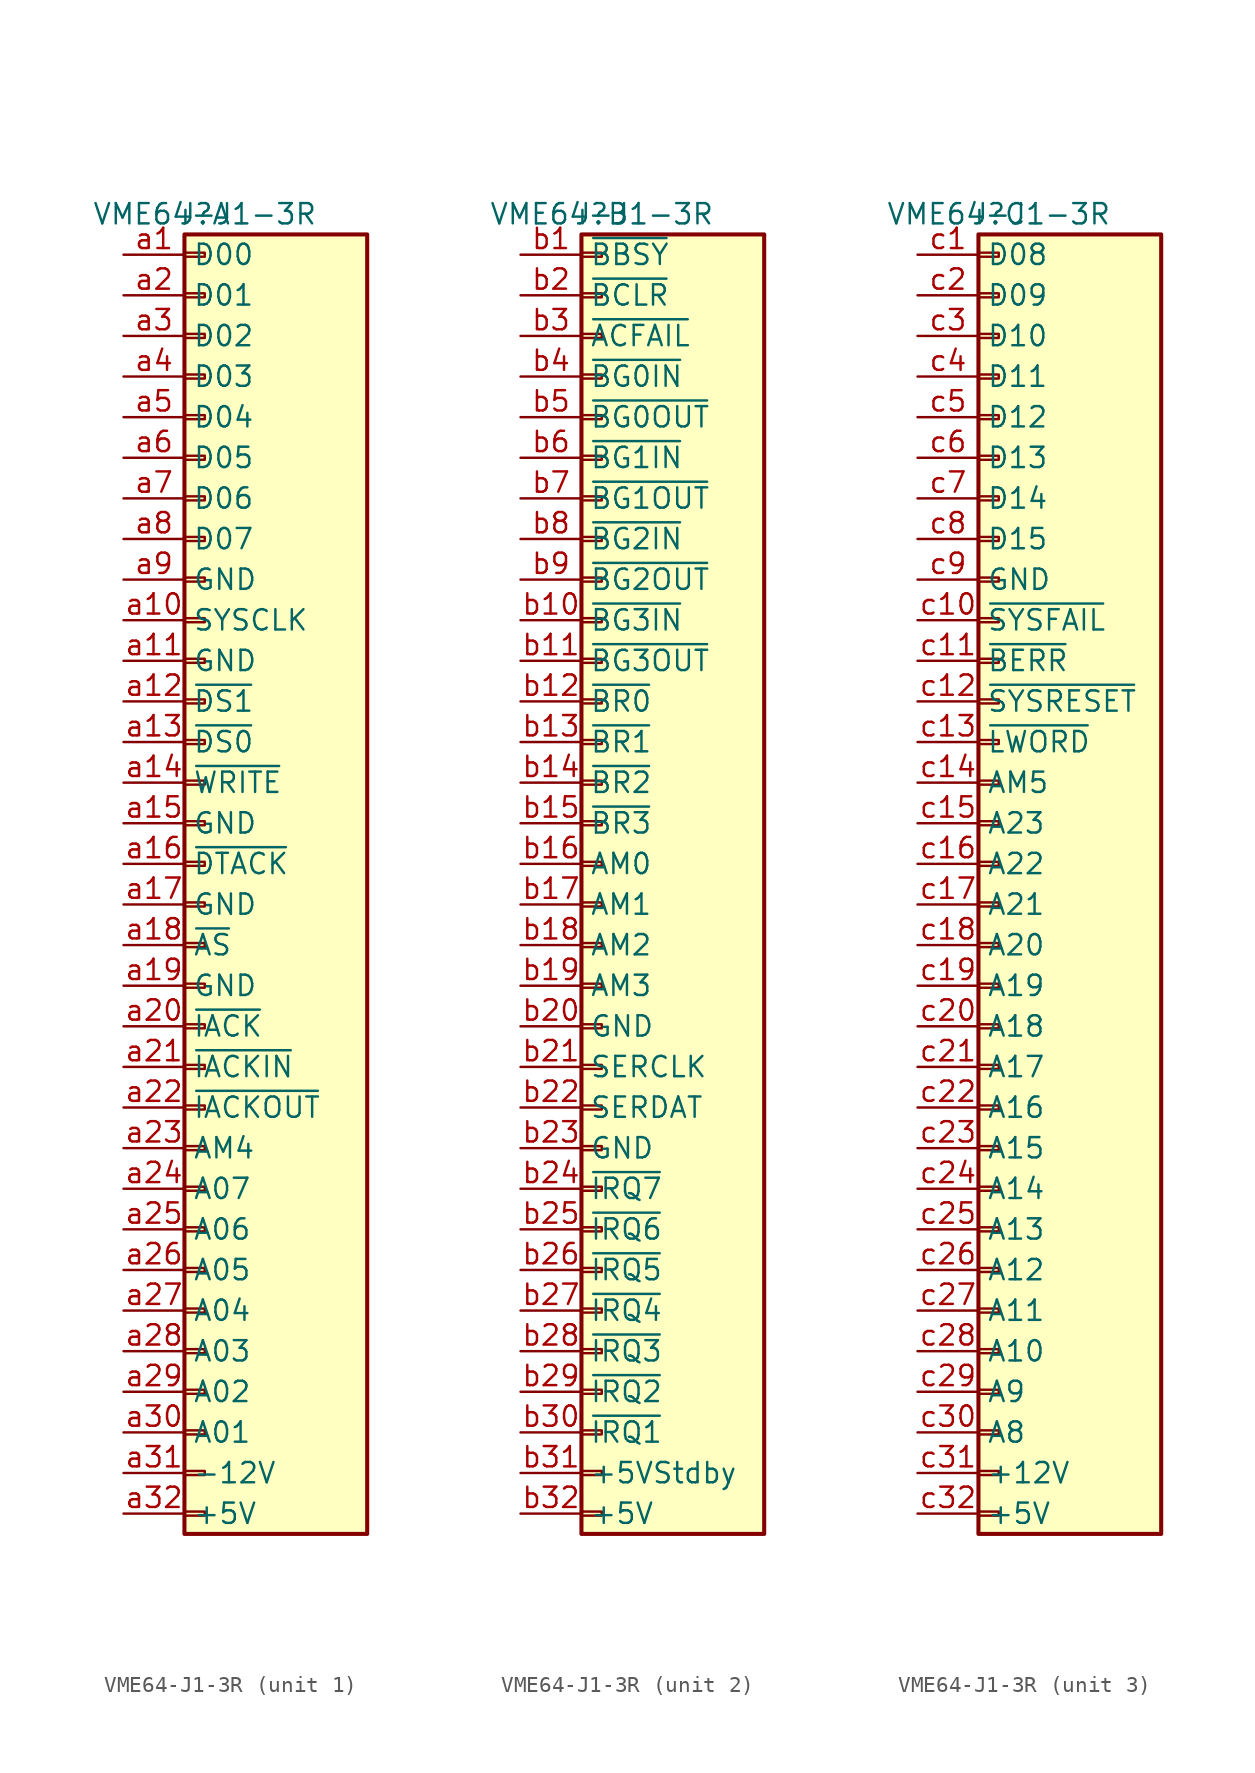
<source format=kicad_sym>
(kicad_symbol_lib
  (version 20231120)
  (generator "kicad_symbol_editor")
  (generator_version "8.0")
  (symbol "VME64-J1-3R"
    (property "Reference" "J"
      (at 0 40.64 0)
      (effects (font (size 1.27 1.27))))
    (property "Value" "VME64-J1-3R"
      (at 0 40.64 0)
      (effects (font (size 1.27 1.27))))
    (property "ki_locked" ""
      (at 0 0 0)
      (effects (font (size 1.27 1.27))))
    (symbol "VME64-J1-3R_1_1"
      (rectangle (start -1.27 -40.513) (end 0 -40.767) (stroke (width 0.152) (type default)) (fill (type none)))
      (rectangle (start -1.27 -37.973) (end 0 -38.227) (stroke (width 0.152) (type default)) (fill (type none)))
      (rectangle (start -1.27 -35.433) (end 0 -35.687) (stroke (width 0.152) (type default)) (fill (type none)))
      (rectangle (start -1.27 -32.893) (end 0 -33.147) (stroke (width 0.152) (type default)) (fill (type none)))
      (rectangle (start -1.27 -30.353) (end 0 -30.607) (stroke (width 0.152) (type default)) (fill (type none)))
      (rectangle (start -1.27 -27.813) (end 0 -28.067) (stroke (width 0.152) (type default)) (fill (type none)))
      (rectangle (start -1.27 -25.273) (end 0 -25.527) (stroke (width 0.152) (type default)) (fill (type none)))
      (rectangle (start -1.27 -22.733) (end 0 -22.987) (stroke (width 0.152) (type default)) (fill (type none)))
      (rectangle (start -1.27 -20.193) (end 0 -20.447) (stroke (width 0.152) (type default)) (fill (type none)))
      (rectangle (start -1.27 -17.653) (end 0 -17.907) (stroke (width 0.152) (type default)) (fill (type none)))
      (rectangle (start -1.27 -15.113) (end 0 -15.367) (stroke (width 0.152) (type default)) (fill (type none)))
      (rectangle (start -1.27 -12.573) (end 0 -12.827) (stroke (width 0.152) (type default)) (fill (type none)))
      (rectangle (start -1.27 -10.033) (end 0 -10.287) (stroke (width 0.152) (type default)) (fill (type none)))
      (rectangle (start -1.27 -7.493) (end 0 -7.747) (stroke (width 0.152) (type default)) (fill (type none)))
      (rectangle (start -1.27 -4.953) (end 0 -5.207) (stroke (width 0.152) (type default)) (fill (type none)))
      (rectangle (start -1.27 -2.413) (end 0 -2.667) (stroke (width 0.152) (type default)) (fill (type none)))
      (rectangle (start -1.27 0.127) (end 0 -0.127) (stroke (width 0.152) (type default)) (fill (type none)))
      (rectangle (start -1.27 2.667) (end 0 2.413) (stroke (width 0.152) (type default)) (fill (type none)))
      (rectangle (start -1.27 5.207) (end 0 4.953) (stroke (width 0.152) (type default)) (fill (type none)))
      (rectangle (start -1.27 7.747) (end 0 7.493) (stroke (width 0.152) (type default)) (fill (type none)))
      (rectangle (start -1.27 10.287) (end 0 10.033) (stroke (width 0.152) (type default)) (fill (type none)))
      (rectangle (start -1.27 12.827) (end 0 12.573) (stroke (width 0.152) (type default)) (fill (type none)))
      (rectangle (start -1.27 15.367) (end 0 15.113) (stroke (width 0.152) (type default)) (fill (type none)))
      (rectangle (start -1.27 17.907) (end 0 17.653) (stroke (width 0.152) (type default)) (fill (type none)))
      (rectangle (start -1.27 20.447) (end 0 20.193) (stroke (width 0.152) (type default)) (fill (type none)))
      (rectangle (start -1.27 22.987) (end 0 22.733) (stroke (width 0.152) (type default)) (fill (type none)))
      (rectangle (start -1.27 25.527) (end 0 25.273) (stroke (width 0.152) (type default)) (fill (type none)))
      (rectangle (start -1.27 28.067) (end 0 27.813) (stroke (width 0.152) (type default)) (fill (type none)))
      (rectangle (start -1.27 30.607) (end 0 30.353) (stroke (width 0.152) (type default)) (fill (type none)))
      (rectangle (start -1.27 33.147) (end 0 32.893) (stroke (width 0.152) (type default)) (fill (type none)))
      (rectangle (start -1.27 35.687) (end 0 35.433) (stroke (width 0.152) (type default)) (fill (type none)))
      (rectangle (start -1.27 38.227) (end 0 37.973) (stroke (width 0.152) (type default)) (fill (type none)))
      (rectangle (start -1.27 39.37) (end 10.16 -41.91) (stroke (width 0.254) (type default)) (fill (type background)))
      (pin bidirectional line (at -5.08 38.1 0) (length 3.81) (name "D00" (effects (font (size 1.27 1.27)))) (number "a1" (effects (font (size 1.27 1.27)))))
      (pin input line (at -5.08 15.24 0) (length 3.81) (name "SYSCLK" (effects (font (size 1.27 1.27)))) (number "a10" (effects (font (size 1.27 1.27)))))
      (pin power_in line (at -5.08 12.7 0) (length 3.81) (name "GND" (effects (font (size 1.27 1.27)))) (number "a11" (effects (font (size 1.27 1.27)))))
      (pin bidirectional line (at -5.08 10.16 0) (length 3.81) (name "~{DS1}" (effects (font (size 1.27 1.27)))) (number "a12" (effects (font (size 1.27 1.27)))))
      (pin bidirectional line (at -5.08 7.62 0) (length 3.81) (name "~{DS0}" (effects (font (size 1.27 1.27)))) (number "a13" (effects (font (size 1.27 1.27)))))
      (pin bidirectional line (at -5.08 5.08 0) (length 3.81) (name "~{WRITE}" (effects (font (size 1.27 1.27)))) (number "a14" (effects (font (size 1.27 1.27)))))
      (pin power_in line (at -5.08 2.54 0) (length 3.81) (name "GND" (effects (font (size 1.27 1.27)))) (number "a15" (effects (font (size 1.27 1.27)))))
      (pin bidirectional line (at -5.08 0 0) (length 3.81) (name "~{DTACK}" (effects (font (size 1.27 1.27)))) (number "a16" (effects (font (size 1.27 1.27)))))
      (pin power_in line (at -5.08 -2.54 0) (length 3.81) (name "GND" (effects (font (size 1.27 1.27)))) (number "a17" (effects (font (size 1.27 1.27)))))
      (pin bidirectional line (at -5.08 -5.08 0) (length 3.81) (name "~{AS}" (effects (font (size 1.27 1.27)))) (number "a18" (effects (font (size 1.27 1.27)))))
      (pin power_in line (at -5.08 -7.62 0) (length 3.81) (name "GND" (effects (font (size 1.27 1.27)))) (number "a19" (effects (font (size 1.27 1.27)))))
      (pin bidirectional line (at -5.08 35.56 0) (length 3.81) (name "D01" (effects (font (size 1.27 1.27)))) (number "a2" (effects (font (size 1.27 1.27)))))
      (pin bidirectional line (at -5.08 -10.16 0) (length 3.81) (name "~{IACK}" (effects (font (size 1.27 1.27)))) (number "a20" (effects (font (size 1.27 1.27)))))
      (pin output line (at -5.08 -12.7 0) (length 3.81) (name "~{IACKIN}" (effects (font (size 1.27 1.27)))) (number "a21" (effects (font (size 1.27 1.27)))))
      (pin input line (at -5.08 -15.24 0) (length 3.81) (name "~{IACKOUT}" (effects (font (size 1.27 1.27)))) (number "a22" (effects (font (size 1.27 1.27)))))
      (pin bidirectional line (at -5.08 -17.78 0) (length 3.81) (name "AM4" (effects (font (size 1.27 1.27)))) (number "a23" (effects (font (size 1.27 1.27)))))
      (pin bidirectional line (at -5.08 -20.32 0) (length 3.81) (name "A07" (effects (font (size 1.27 1.27)))) (number "a24" (effects (font (size 1.27 1.27)))))
      (pin bidirectional line (at -5.08 -22.86 0) (length 3.81) (name "A06" (effects (font (size 1.27 1.27)))) (number "a25" (effects (font (size 1.27 1.27)))))
      (pin bidirectional line (at -5.08 -25.4 0) (length 3.81) (name "A05" (effects (font (size 1.27 1.27)))) (number "a26" (effects (font (size 1.27 1.27)))))
      (pin bidirectional line (at -5.08 -27.94 0) (length 3.81) (name "A04" (effects (font (size 1.27 1.27)))) (number "a27" (effects (font (size 1.27 1.27)))))
      (pin bidirectional line (at -5.08 -30.48 0) (length 3.81) (name "A03" (effects (font (size 1.27 1.27)))) (number "a28" (effects (font (size 1.27 1.27)))))
      (pin bidirectional line (at -5.08 -33.02 0) (length 3.81) (name "A02" (effects (font (size 1.27 1.27)))) (number "a29" (effects (font (size 1.27 1.27)))))
      (pin bidirectional line (at -5.08 33.02 0) (length 3.81) (name "D02" (effects (font (size 1.27 1.27)))) (number "a3" (effects (font (size 1.27 1.27)))))
      (pin bidirectional line (at -5.08 -35.56 0) (length 3.81) (name "A01" (effects (font (size 1.27 1.27)))) (number "a30" (effects (font (size 1.27 1.27)))))
      (pin power_in line (at -5.08 -38.1 0) (length 3.81) (name "-12V" (effects (font (size 1.27 1.27)))) (number "a31" (effects (font (size 1.27 1.27)))))
      (pin power_in line (at -5.08 -40.64 0) (length 3.81) (name "+5V" (effects (font (size 1.27 1.27)))) (number "a32" (effects (font (size 1.27 1.27)))))
      (pin bidirectional line (at -5.08 30.48 0) (length 3.81) (name "D03" (effects (font (size 1.27 1.27)))) (number "a4" (effects (font (size 1.27 1.27)))))
      (pin bidirectional line (at -5.08 27.94 0) (length 3.81) (name "D04" (effects (font (size 1.27 1.27)))) (number "a5" (effects (font (size 1.27 1.27)))))
      (pin bidirectional line (at -5.08 25.4 0) (length 3.81) (name "D05" (effects (font (size 1.27 1.27)))) (number "a6" (effects (font (size 1.27 1.27)))))
      (pin bidirectional line (at -5.08 22.86 0) (length 3.81) (name "D06" (effects (font (size 1.27 1.27)))) (number "a7" (effects (font (size 1.27 1.27)))))
      (pin bidirectional line (at -5.08 20.32 0) (length 3.81) (name "D07" (effects (font (size 1.27 1.27)))) (number "a8" (effects (font (size 1.27 1.27)))))
      (pin power_in line (at -5.08 17.78 0) (length 3.81) (name "GND" (effects (font (size 1.27 1.27)))) (number "a9" (effects (font (size 1.27 1.27))))))
    (symbol "VME64-J1-3R_2_1"
      (rectangle (start -1.27 -40.513) (end 0 -40.767) (stroke (width 0.152) (type default)) (fill (type none)))
      (rectangle (start -1.27 -37.973) (end 0 -38.227) (stroke (width 0.152) (type default)) (fill (type none)))
      (rectangle (start -1.27 -35.433) (end 0 -35.687) (stroke (width 0.152) (type default)) (fill (type none)))
      (rectangle (start -1.27 -32.893) (end 0 -33.147) (stroke (width 0.152) (type default)) (fill (type none)))
      (rectangle (start -1.27 -30.353) (end 0 -30.607) (stroke (width 0.152) (type default)) (fill (type none)))
      (rectangle (start -1.27 -27.813) (end 0 -28.067) (stroke (width 0.152) (type default)) (fill (type none)))
      (rectangle (start -1.27 -25.273) (end 0 -25.527) (stroke (width 0.152) (type default)) (fill (type none)))
      (rectangle (start -1.27 -22.733) (end 0 -22.987) (stroke (width 0.152) (type default)) (fill (type none)))
      (rectangle (start -1.27 -20.193) (end 0 -20.447) (stroke (width 0.152) (type default)) (fill (type none)))
      (rectangle (start -1.27 -17.653) (end 0 -17.907) (stroke (width 0.152) (type default)) (fill (type none)))
      (rectangle (start -1.27 -15.113) (end 0 -15.367) (stroke (width 0.152) (type default)) (fill (type none)))
      (rectangle (start -1.27 -12.573) (end 0 -12.827) (stroke (width 0.152) (type default)) (fill (type none)))
      (rectangle (start -1.27 -10.033) (end 0 -10.287) (stroke (width 0.152) (type default)) (fill (type none)))
      (rectangle (start -1.27 -7.493) (end 0 -7.747) (stroke (width 0.152) (type default)) (fill (type none)))
      (rectangle (start -1.27 -4.953) (end 0 -5.207) (stroke (width 0.152) (type default)) (fill (type none)))
      (rectangle (start -1.27 -2.413) (end 0 -2.667) (stroke (width 0.152) (type default)) (fill (type none)))
      (rectangle (start -1.27 0.127) (end 0 -0.127) (stroke (width 0.152) (type default)) (fill (type none)))
      (rectangle (start -1.27 2.667) (end 0 2.413) (stroke (width 0.152) (type default)) (fill (type none)))
      (rectangle (start -1.27 5.207) (end 0 4.953) (stroke (width 0.152) (type default)) (fill (type none)))
      (rectangle (start -1.27 7.747) (end 0 7.493) (stroke (width 0.152) (type default)) (fill (type none)))
      (rectangle (start -1.27 10.287) (end 0 10.033) (stroke (width 0.152) (type default)) (fill (type none)))
      (rectangle (start -1.27 12.827) (end 0 12.573) (stroke (width 0.152) (type default)) (fill (type none)))
      (rectangle (start -1.27 15.367) (end 0 15.113) (stroke (width 0.152) (type default)) (fill (type none)))
      (rectangle (start -1.27 17.907) (end 0 17.653) (stroke (width 0.152) (type default)) (fill (type none)))
      (rectangle (start -1.27 20.447) (end 0 20.193) (stroke (width 0.152) (type default)) (fill (type none)))
      (rectangle (start -1.27 22.987) (end 0 22.733) (stroke (width 0.152) (type default)) (fill (type none)))
      (rectangle (start -1.27 25.527) (end 0 25.273) (stroke (width 0.152) (type default)) (fill (type none)))
      (rectangle (start -1.27 28.067) (end 0 27.813) (stroke (width 0.152) (type default)) (fill (type none)))
      (rectangle (start -1.27 30.607) (end 0 30.353) (stroke (width 0.152) (type default)) (fill (type none)))
      (rectangle (start -1.27 33.147) (end 0 32.893) (stroke (width 0.152) (type default)) (fill (type none)))
      (rectangle (start -1.27 35.687) (end 0 35.433) (stroke (width 0.152) (type default)) (fill (type none)))
      (rectangle (start -1.27 38.227) (end 0 37.973) (stroke (width 0.152) (type default)) (fill (type none)))
      (rectangle (start -1.27 39.37) (end 10.16 -41.91) (stroke (width 0.254) (type default)) (fill (type background)))
      (pin bidirectional line (at -5.08 38.1 0) (length 3.81) (name "~{BBSY}" (effects (font (size 1.27 1.27)))) (number "b1" (effects (font (size 1.27 1.27)))))
      (pin output line (at -5.08 15.24 0) (length 3.81) (name "~{BG3IN}" (effects (font (size 1.27 1.27)))) (number "b10" (effects (font (size 1.27 1.27)))))
      (pin input line (at -5.08 12.7 0) (length 3.81) (name "~{BG3OUT}" (effects (font (size 1.27 1.27)))) (number "b11" (effects (font (size 1.27 1.27)))))
      (pin bidirectional line (at -5.08 10.16 0) (length 3.81) (name "~{BR0}" (effects (font (size 1.27 1.27)))) (number "b12" (effects (font (size 1.27 1.27)))))
      (pin bidirectional line (at -5.08 7.62 0) (length 3.81) (name "~{BR1}" (effects (font (size 1.27 1.27)))) (number "b13" (effects (font (size 1.27 1.27)))))
      (pin bidirectional line (at -5.08 5.08 0) (length 3.81) (name "~{BR2}" (effects (font (size 1.27 1.27)))) (number "b14" (effects (font (size 1.27 1.27)))))
      (pin bidirectional line (at -5.08 2.54 0) (length 3.81) (name "~{BR3}" (effects (font (size 1.27 1.27)))) (number "b15" (effects (font (size 1.27 1.27)))))
      (pin bidirectional line (at -5.08 0 0) (length 3.81) (name "AM0" (effects (font (size 1.27 1.27)))) (number "b16" (effects (font (size 1.27 1.27)))))
      (pin bidirectional line (at -5.08 -2.54 0) (length 3.81) (name "AM1" (effects (font (size 1.27 1.27)))) (number "b17" (effects (font (size 1.27 1.27)))))
      (pin bidirectional line (at -5.08 -5.08 0) (length 3.81) (name "AM2" (effects (font (size 1.27 1.27)))) (number "b18" (effects (font (size 1.27 1.27)))))
      (pin bidirectional line (at -5.08 -7.62 0) (length 3.81) (name "AM3" (effects (font (size 1.27 1.27)))) (number "b19" (effects (font (size 1.27 1.27)))))
      (pin bidirectional line (at -5.08 35.56 0) (length 3.81) (name "~{BCLR}" (effects (font (size 1.27 1.27)))) (number "b2" (effects (font (size 1.27 1.27)))))
      (pin power_in line (at -5.08 -10.16 0) (length 3.81) (name "GND" (effects (font (size 1.27 1.27)))) (number "b20" (effects (font (size 1.27 1.27)))))
      (pin bidirectional line (at -5.08 -12.7 0) (length 3.81) (name "SERCLK" (effects (font (size 1.27 1.27)))) (number "b21" (effects (font (size 1.27 1.27)))))
      (pin bidirectional line (at -5.08 -15.24 0) (length 3.81) (name "SERDAT" (effects (font (size 1.27 1.27)))) (number "b22" (effects (font (size 1.27 1.27)))))
      (pin power_in line (at -5.08 -17.78 0) (length 3.81) (name "GND" (effects (font (size 1.27 1.27)))) (number "b23" (effects (font (size 1.27 1.27)))))
      (pin bidirectional line (at -5.08 -20.32 0) (length 3.81) (name "~{IRQ7}" (effects (font (size 1.27 1.27)))) (number "b24" (effects (font (size 1.27 1.27)))))
      (pin bidirectional line (at -5.08 -22.86 0) (length 3.81) (name "~{IRQ6}" (effects (font (size 1.27 1.27)))) (number "b25" (effects (font (size 1.27 1.27)))))
      (pin bidirectional line (at -5.08 -25.4 0) (length 3.81) (name "~{IRQ5}" (effects (font (size 1.27 1.27)))) (number "b26" (effects (font (size 1.27 1.27)))))
      (pin bidirectional line (at -5.08 -27.94 0) (length 3.81) (name "~{IRQ4}" (effects (font (size 1.27 1.27)))) (number "b27" (effects (font (size 1.27 1.27)))))
      (pin bidirectional line (at -5.08 -30.48 0) (length 3.81) (name "~{IRQ3}" (effects (font (size 1.27 1.27)))) (number "b28" (effects (font (size 1.27 1.27)))))
      (pin bidirectional line (at -5.08 -33.02 0) (length 3.81) (name "~{IRQ2}" (effects (font (size 1.27 1.27)))) (number "b29" (effects (font (size 1.27 1.27)))))
      (pin input line (at -5.08 33.02 0) (length 3.81) (name "~{ACFAIL}" (effects (font (size 1.27 1.27)))) (number "b3" (effects (font (size 1.27 1.27)))))
      (pin bidirectional line (at -5.08 -35.56 0) (length 3.81) (name "~{IRQ1}" (effects (font (size 1.27 1.27)))) (number "b30" (effects (font (size 1.27 1.27)))))
      (pin power_in line (at -5.08 -38.1 0) (length 3.81) (name "+5VStdby" (effects (font (size 1.27 1.27)))) (number "b31" (effects (font (size 1.27 1.27)))))
      (pin power_in line (at -5.08 -40.64 0) (length 3.81) (name "+5V" (effects (font (size 1.27 1.27)))) (number "b32" (effects (font (size 1.27 1.27)))))
      (pin output line (at -5.08 30.48 0) (length 3.81) (name "~{BG0IN}" (effects (font (size 1.27 1.27)))) (number "b4" (effects (font (size 1.27 1.27)))))
      (pin input line (at -5.08 27.94 0) (length 3.81) (name "~{BG0OUT}" (effects (font (size 1.27 1.27)))) (number "b5" (effects (font (size 1.27 1.27)))))
      (pin output line (at -5.08 25.4 0) (length 3.81) (name "~{BG1IN}" (effects (font (size 1.27 1.27)))) (number "b6" (effects (font (size 1.27 1.27)))))
      (pin input line (at -5.08 22.86 0) (length 3.81) (name "~{BG1OUT}" (effects (font (size 1.27 1.27)))) (number "b7" (effects (font (size 1.27 1.27)))))
      (pin output line (at -5.08 20.32 0) (length 3.81) (name "~{BG2IN}" (effects (font (size 1.27 1.27)))) (number "b8" (effects (font (size 1.27 1.27)))))
      (pin input line (at -5.08 17.78 0) (length 3.81) (name "~{BG2OUT}" (effects (font (size 1.27 1.27)))) (number "b9" (effects (font (size 1.27 1.27))))))
    (symbol "VME64-J1-3R_3_1"
      (rectangle (start -1.27 -40.513) (end 0 -40.767) (stroke (width 0.152) (type default)) (fill (type none)))
      (rectangle (start -1.27 -37.973) (end 0 -38.227) (stroke (width 0.152) (type default)) (fill (type none)))
      (rectangle (start -1.27 -35.433) (end 0 -35.687) (stroke (width 0.152) (type default)) (fill (type none)))
      (rectangle (start -1.27 -32.893) (end 0 -33.147) (stroke (width 0.152) (type default)) (fill (type none)))
      (rectangle (start -1.27 -30.353) (end 0 -30.607) (stroke (width 0.152) (type default)) (fill (type none)))
      (rectangle (start -1.27 -27.813) (end 0 -28.067) (stroke (width 0.152) (type default)) (fill (type none)))
      (rectangle (start -1.27 -25.273) (end 0 -25.527) (stroke (width 0.152) (type default)) (fill (type none)))
      (rectangle (start -1.27 -22.733) (end 0 -22.987) (stroke (width 0.152) (type default)) (fill (type none)))
      (rectangle (start -1.27 -20.193) (end 0 -20.447) (stroke (width 0.152) (type default)) (fill (type none)))
      (rectangle (start -1.27 -17.653) (end 0 -17.907) (stroke (width 0.152) (type default)) (fill (type none)))
      (rectangle (start -1.27 -15.113) (end 0 -15.367) (stroke (width 0.152) (type default)) (fill (type none)))
      (rectangle (start -1.27 -12.573) (end 0 -12.827) (stroke (width 0.152) (type default)) (fill (type none)))
      (rectangle (start -1.27 -10.033) (end 0 -10.287) (stroke (width 0.152) (type default)) (fill (type none)))
      (rectangle (start -1.27 -7.493) (end 0 -7.747) (stroke (width 0.152) (type default)) (fill (type none)))
      (rectangle (start -1.27 -4.953) (end 0 -5.207) (stroke (width 0.152) (type default)) (fill (type none)))
      (rectangle (start -1.27 -2.413) (end 0 -2.667) (stroke (width 0.152) (type default)) (fill (type none)))
      (rectangle (start -1.27 0.127) (end 0 -0.127) (stroke (width 0.152) (type default)) (fill (type none)))
      (rectangle (start -1.27 2.667) (end 0 2.413) (stroke (width 0.152) (type default)) (fill (type none)))
      (rectangle (start -1.27 5.207) (end 0 4.953) (stroke (width 0.152) (type default)) (fill (type none)))
      (rectangle (start -1.27 7.747) (end 0 7.493) (stroke (width 0.152) (type default)) (fill (type none)))
      (rectangle (start -1.27 10.287) (end 0 10.033) (stroke (width 0.152) (type default)) (fill (type none)))
      (rectangle (start -1.27 12.827) (end 0 12.573) (stroke (width 0.152) (type default)) (fill (type none)))
      (rectangle (start -1.27 15.367) (end 0 15.113) (stroke (width 0.152) (type default)) (fill (type none)))
      (rectangle (start -1.27 17.907) (end 0 17.653) (stroke (width 0.152) (type default)) (fill (type none)))
      (rectangle (start -1.27 20.447) (end 0 20.193) (stroke (width 0.152) (type default)) (fill (type none)))
      (rectangle (start -1.27 22.987) (end 0 22.733) (stroke (width 0.152) (type default)) (fill (type none)))
      (rectangle (start -1.27 25.527) (end 0 25.273) (stroke (width 0.152) (type default)) (fill (type none)))
      (rectangle (start -1.27 28.067) (end 0 27.813) (stroke (width 0.152) (type default)) (fill (type none)))
      (rectangle (start -1.27 30.607) (end 0 30.353) (stroke (width 0.152) (type default)) (fill (type none)))
      (rectangle (start -1.27 33.147) (end 0 32.893) (stroke (width 0.152) (type default)) (fill (type none)))
      (rectangle (start -1.27 35.687) (end 0 35.433) (stroke (width 0.152) (type default)) (fill (type none)))
      (rectangle (start -1.27 38.227) (end 0 37.973) (stroke (width 0.152) (type default)) (fill (type none)))
      (rectangle (start -1.27 39.37) (end 10.16 -41.91) (stroke (width 0.254) (type default)) (fill (type background)))
      (pin bidirectional line (at -5.08 38.1 0) (length 3.81) (name "D08" (effects (font (size 1.27 1.27)))) (number "c1" (effects (font (size 1.27 1.27)))))
      (pin bidirectional line (at -5.08 15.24 0) (length 3.81) (name "~{SYSFAIL}" (effects (font (size 1.27 1.27)))) (number "c10" (effects (font (size 1.27 1.27)))))
      (pin bidirectional line (at -5.08 12.7 0) (length 3.81) (name "~{BERR}" (effects (font (size 1.27 1.27)))) (number "c11" (effects (font (size 1.27 1.27)))))
      (pin bidirectional line (at -5.08 10.16 0) (length 3.81) (name "~{SYSRESET}" (effects (font (size 1.27 1.27)))) (number "c12" (effects (font (size 1.27 1.27)))))
      (pin bidirectional line (at -5.08 7.62 0) (length 3.81) (name "~{LWORD}" (effects (font (size 1.27 1.27)))) (number "c13" (effects (font (size 1.27 1.27)))))
      (pin bidirectional line (at -5.08 5.08 0) (length 3.81) (name "AM5" (effects (font (size 1.27 1.27)))) (number "c14" (effects (font (size 1.27 1.27)))))
      (pin bidirectional line (at -5.08 2.54 0) (length 3.81) (name "A23" (effects (font (size 1.27 1.27)))) (number "c15" (effects (font (size 1.27 1.27)))))
      (pin bidirectional line (at -5.08 0 0) (length 3.81) (name "A22" (effects (font (size 1.27 1.27)))) (number "c16" (effects (font (size 1.27 1.27)))))
      (pin bidirectional line (at -5.08 -2.54 0) (length 3.81) (name "A21" (effects (font (size 1.27 1.27)))) (number "c17" (effects (font (size 1.27 1.27)))))
      (pin bidirectional line (at -5.08 -5.08 0) (length 3.81) (name "A20" (effects (font (size 1.27 1.27)))) (number "c18" (effects (font (size 1.27 1.27)))))
      (pin bidirectional line (at -5.08 -7.62 0) (length 3.81) (name "A19" (effects (font (size 1.27 1.27)))) (number "c19" (effects (font (size 1.27 1.27)))))
      (pin bidirectional line (at -5.08 35.56 0) (length 3.81) (name "D09" (effects (font (size 1.27 1.27)))) (number "c2" (effects (font (size 1.27 1.27)))))
      (pin bidirectional line (at -5.08 -10.16 0) (length 3.81) (name "A18" (effects (font (size 1.27 1.27)))) (number "c20" (effects (font (size 1.27 1.27)))))
      (pin bidirectional line (at -5.08 -12.7 0) (length 3.81) (name "A17" (effects (font (size 1.27 1.27)))) (number "c21" (effects (font (size 1.27 1.27)))))
      (pin bidirectional line (at -5.08 -15.24 0) (length 3.81) (name "A16" (effects (font (size 1.27 1.27)))) (number "c22" (effects (font (size 1.27 1.27)))))
      (pin bidirectional line (at -5.08 -17.78 0) (length 3.81) (name "A15" (effects (font (size 1.27 1.27)))) (number "c23" (effects (font (size 1.27 1.27)))))
      (pin bidirectional line (at -5.08 -20.32 0) (length 3.81) (name "A14" (effects (font (size 1.27 1.27)))) (number "c24" (effects (font (size 1.27 1.27)))))
      (pin bidirectional line (at -5.08 -22.86 0) (length 3.81) (name "A13" (effects (font (size 1.27 1.27)))) (number "c25" (effects (font (size 1.27 1.27)))))
      (pin bidirectional line (at -5.08 -25.4 0) (length 3.81) (name "A12" (effects (font (size 1.27 1.27)))) (number "c26" (effects (font (size 1.27 1.27)))))
      (pin bidirectional line (at -5.08 -27.94 0) (length 3.81) (name "A11" (effects (font (size 1.27 1.27)))) (number "c27" (effects (font (size 1.27 1.27)))))
      (pin bidirectional line (at -5.08 -30.48 0) (length 3.81) (name "A10" (effects (font (size 1.27 1.27)))) (number "c28" (effects (font (size 1.27 1.27)))))
      (pin bidirectional line (at -5.08 -33.02 0) (length 3.81) (name "A9" (effects (font (size 1.27 1.27)))) (number "c29" (effects (font (size 1.27 1.27)))))
      (pin bidirectional line (at -5.08 33.02 0) (length 3.81) (name "D10" (effects (font (size 1.27 1.27)))) (number "c3" (effects (font (size 1.27 1.27)))))
      (pin bidirectional line (at -5.08 -35.56 0) (length 3.81) (name "A8" (effects (font (size 1.27 1.27)))) (number "c30" (effects (font (size 1.27 1.27)))))
      (pin power_in line (at -5.08 -38.1 0) (length 3.81) (name "+12V" (effects (font (size 1.27 1.27)))) (number "c31" (effects (font (size 1.27 1.27)))))
      (pin power_in line (at -5.08 -40.64 0) (length 3.81) (name "+5V" (effects (font (size 1.27 1.27)))) (number "c32" (effects (font (size 1.27 1.27)))))
      (pin bidirectional line (at -5.08 30.48 0) (length 3.81) (name "D11" (effects (font (size 1.27 1.27)))) (number "c4" (effects (font (size 1.27 1.27)))))
      (pin bidirectional line (at -5.08 27.94 0) (length 3.81) (name "D12" (effects (font (size 1.27 1.27)))) (number "c5" (effects (font (size 1.27 1.27)))))
      (pin bidirectional line (at -5.08 25.4 0) (length 3.81) (name "D13" (effects (font (size 1.27 1.27)))) (number "c6" (effects (font (size 1.27 1.27)))))
      (pin bidirectional line (at -5.08 22.86 0) (length 3.81) (name "D14" (effects (font (size 1.27 1.27)))) (number "c7" (effects (font (size 1.27 1.27)))))
      (pin bidirectional line (at -5.08 20.32 0) (length 3.81) (name "D15" (effects (font (size 1.27 1.27)))) (number "c8" (effects (font (size 1.27 1.27)))))
      (pin power_in line (at -5.08 17.78 0) (length 3.81) (name "GND" (effects (font (size 1.27 1.27)))) (number "c9" (effects (font (size 1.27 1.27))))))))
</source>
